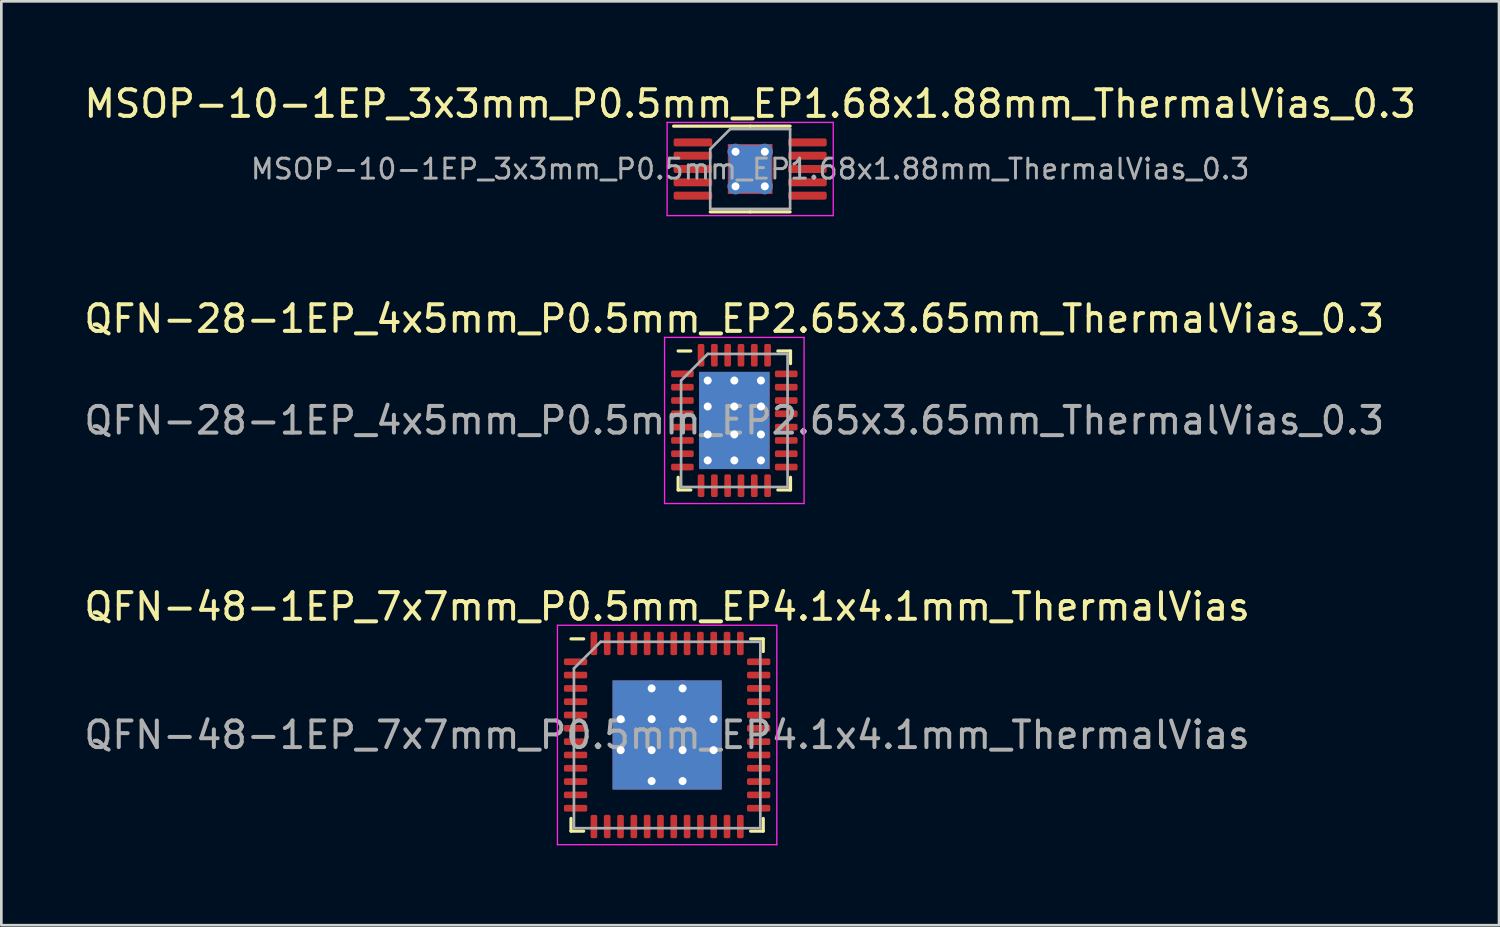
<source format=kicad_pcb>
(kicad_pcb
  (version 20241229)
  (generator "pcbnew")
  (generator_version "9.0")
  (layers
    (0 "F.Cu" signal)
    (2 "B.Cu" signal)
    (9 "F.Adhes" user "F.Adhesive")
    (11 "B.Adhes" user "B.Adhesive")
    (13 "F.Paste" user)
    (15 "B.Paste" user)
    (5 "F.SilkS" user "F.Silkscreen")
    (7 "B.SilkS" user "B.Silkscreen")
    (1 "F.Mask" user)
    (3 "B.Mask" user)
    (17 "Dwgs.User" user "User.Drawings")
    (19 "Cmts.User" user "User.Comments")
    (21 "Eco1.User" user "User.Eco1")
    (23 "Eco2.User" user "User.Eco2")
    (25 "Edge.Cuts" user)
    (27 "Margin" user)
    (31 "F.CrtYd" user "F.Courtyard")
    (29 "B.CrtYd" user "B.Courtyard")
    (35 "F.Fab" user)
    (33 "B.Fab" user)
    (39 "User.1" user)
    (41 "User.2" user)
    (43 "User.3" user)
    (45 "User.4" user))
  (footprint "QFN-48-1EP_7x7mm_P0.5mm_EP4.1x4.1mm_ThermalVias"
    (layer "F.Cu")
    (at 22.006 24.555)
    (property "Reference" "QFN-48-1EP_7x7mm_P0.5mm_EP4.1x4.1mm_ThermalVias" (at 0 -4.82 0) (layer "F.SilkS") (effects (font (size 1 1) (thickness 0.15))))
    (attr smd)
    (fp_line (start -3.61 3.61) (end -3.61 3.135) (stroke (width 0.12) (type solid)) (layer "F.SilkS"))
    (fp_line (start -3.135 -3.61) (end -3.61 -3.61) (stroke (width 0.12) (type solid)) (layer "F.SilkS"))
    (fp_line (start -3.135 3.61) (end -3.61 3.61) (stroke (width 0.12) (type solid)) (layer "F.SilkS"))
    (fp_line (start 3.135 -3.61) (end 3.61 -3.61) (stroke (width 0.12) (type solid)) (layer "F.SilkS"))
    (fp_line (start 3.135 3.61) (end 3.61 3.61) (stroke (width 0.12) (type solid)) (layer "F.SilkS"))
    (fp_line (start 3.61 -3.61) (end 3.61 -3.135) (stroke (width 0.12) (type solid)) (layer "F.SilkS"))
    (fp_line (start 3.61 3.61) (end 3.61 3.135) (stroke (width 0.12) (type solid)) (layer "F.SilkS"))
    (fp_line (start -4.12 -4.12) (end -4.12 4.12) (stroke (width 0.05) (type solid)) (layer "F.CrtYd"))
    (fp_line (start -4.12 4.12) (end 4.12 4.12) (stroke (width 0.05) (type solid)) (layer "F.CrtYd"))
    (fp_line (start 4.12 -4.12) (end -4.12 -4.12) (stroke (width 0.05) (type solid)) (layer "F.CrtYd"))
    (fp_line (start 4.12 4.12) (end 4.12 -4.12) (stroke (width 0.05) (type solid)) (layer "F.CrtYd"))
    (fp_line (start -3.5 -2.5) (end -2.5 -3.5) (stroke (width 0.1) (type solid)) (layer "F.Fab"))
    (fp_line (start -3.5 3.5) (end -3.5 -2.5) (stroke (width 0.1) (type solid)) (layer "F.Fab"))
    (fp_line (start -2.5 -3.5) (end 3.5 -3.5) (stroke (width 0.1) (type solid)) (layer "F.Fab"))
    (fp_line (start 3.5 -3.5) (end 3.5 3.5) (stroke (width 0.1) (type solid)) (layer "F.Fab"))
    (fp_line (start 3.5 3.5) (end -3.5 3.5) (stroke (width 0.1) (type solid)) (layer "F.Fab"))
    (fp_text user "${REFERENCE}" (at 0 0 0) (layer "F.Fab") (effects (font (size 1 1) (thickness 0.15))))
    (pad "" smd roundrect (at -1.163 -1.175) (size 0.997 0.997) (layers "F.Paste") (roundrect_rratio 0.25))
    (pad "" smd roundrect (at -1.163 -0.013) (size 0.997 0.997) (layers "F.Paste") (roundrect_rratio 0.25))
    (pad "" smd roundrect (at -1.163 1.15) (size 0.997 0.997) (layers "F.Paste") (roundrect_rratio 0.25))
    (pad "" smd roundrect (at 0 -1.175) (size 0.997 0.997) (layers "F.Paste") (roundrect_rratio 0.25))
    (pad "" smd roundrect (at 0 -0.013) (size 0.997 0.997) (layers "F.Paste") (roundrect_rratio 0.25))
    (pad "" smd roundrect (at 0 1.15) (size 0.997 0.997) (layers "F.Paste") (roundrect_rratio 0.25))
    (pad "" smd roundrect (at 1.163 -1.175) (size 0.997 0.997) (layers "F.Paste") (roundrect_rratio 0.25))
    (pad "" smd roundrect (at 1.163 -0.013) (size 0.997 0.997) (layers "F.Paste") (roundrect_rratio 0.25))
    (pad "" smd roundrect (at 1.163 1.15) (size 0.997 0.997) (layers "F.Paste") (roundrect_rratio 0.25))
    (pad "1" smd roundrect (at -3.438 -2.75) (size 0.875 0.25) (layers "F.Cu" "F.Mask" "F.Paste") (roundrect_rratio 0.25))
    (pad "2" smd roundrect (at -3.438 -2.25) (size 0.875 0.25) (layers "F.Cu" "F.Mask" "F.Paste") (roundrect_rratio 0.25))
    (pad "3" smd roundrect (at -3.438 -1.75) (size 0.875 0.25) (layers "F.Cu" "F.Mask" "F.Paste") (roundrect_rratio 0.25))
    (pad "4" smd roundrect (at -3.438 -1.25) (size 0.875 0.25) (layers "F.Cu" "F.Mask" "F.Paste") (roundrect_rratio 0.25))
    (pad "5" smd roundrect (at -3.438 -0.75) (size 0.875 0.25) (layers "F.Cu" "F.Mask" "F.Paste") (roundrect_rratio 0.25))
    (pad "6" smd roundrect (at -3.438 -0.25) (size 0.875 0.25) (layers "F.Cu" "F.Mask" "F.Paste") (roundrect_rratio 0.25))
    (pad "7" smd roundrect (at -3.438 0.25) (size 0.875 0.25) (layers "F.Cu" "F.Mask" "F.Paste") (roundrect_rratio 0.25))
    (pad "8" smd roundrect (at -3.438 0.75) (size 0.875 0.25) (layers "F.Cu" "F.Mask" "F.Paste") (roundrect_rratio 0.25))
    (pad "9" smd roundrect (at -3.438 1.25) (size 0.875 0.25) (layers "F.Cu" "F.Mask" "F.Paste") (roundrect_rratio 0.25))
    (pad "10" smd roundrect (at -3.438 1.75) (size 0.875 0.25) (layers "F.Cu" "F.Mask" "F.Paste") (roundrect_rratio 0.25))
    (pad "11" smd roundrect (at -3.438 2.25) (size 0.875 0.25) (layers "F.Cu" "F.Mask" "F.Paste") (roundrect_rratio 0.25))
    (pad "12" smd roundrect (at -3.438 2.75) (size 0.875 0.25) (layers "F.Cu" "F.Mask" "F.Paste") (roundrect_rratio 0.25))
    (pad "13" smd roundrect (at -2.75 3.438) (size 0.25 0.875) (layers "F.Cu" "F.Mask" "F.Paste") (roundrect_rratio 0.25))
    (pad "14" smd roundrect (at -2.25 3.438) (size 0.25 0.875) (layers "F.Cu" "F.Mask" "F.Paste") (roundrect_rratio 0.25))
    (pad "15" smd roundrect (at -1.75 3.438) (size 0.25 0.875) (layers "F.Cu" "F.Mask" "F.Paste") (roundrect_rratio 0.25))
    (pad "16" smd roundrect (at -1.25 3.438) (size 0.25 0.875) (layers "F.Cu" "F.Mask" "F.Paste") (roundrect_rratio 0.25))
    (pad "17" smd roundrect (at -0.75 3.438) (size 0.25 0.875) (layers "F.Cu" "F.Mask" "F.Paste") (roundrect_rratio 0.25))
    (pad "18" smd roundrect (at -0.25 3.438) (size 0.25 0.875) (layers "F.Cu" "F.Mask" "F.Paste") (roundrect_rratio 0.25))
    (pad "19" smd roundrect (at 0.25 3.438) (size 0.25 0.875) (layers "F.Cu" "F.Mask" "F.Paste") (roundrect_rratio 0.25))
    (pad "20" smd roundrect (at 0.75 3.438) (size 0.25 0.875) (layers "F.Cu" "F.Mask" "F.Paste") (roundrect_rratio 0.25))
    (pad "21" smd roundrect (at 1.25 3.438) (size 0.25 0.875) (layers "F.Cu" "F.Mask" "F.Paste") (roundrect_rratio 0.25))
    (pad "22" smd roundrect (at 1.75 3.438) (size 0.25 0.875) (layers "F.Cu" "F.Mask" "F.Paste") (roundrect_rratio 0.25))
    (pad "23" smd roundrect (at 2.25 3.438) (size 0.25 0.875) (layers "F.Cu" "F.Mask" "F.Paste") (roundrect_rratio 0.25))
    (pad "24" smd roundrect (at 2.75 3.438) (size 0.25 0.875) (layers "F.Cu" "F.Mask" "F.Paste") (roundrect_rratio 0.25))
    (pad "25" smd roundrect (at 3.438 2.75) (size 0.875 0.25) (layers "F.Cu" "F.Mask" "F.Paste") (roundrect_rratio 0.25))
    (pad "26" smd roundrect (at 3.438 2.25) (size 0.875 0.25) (layers "F.Cu" "F.Mask" "F.Paste") (roundrect_rratio 0.25))
    (pad "27" smd roundrect (at 3.438 1.75) (size 0.875 0.25) (layers "F.Cu" "F.Mask" "F.Paste") (roundrect_rratio 0.25))
    (pad "28" smd roundrect (at 3.438 1.25) (size 0.875 0.25) (layers "F.Cu" "F.Mask" "F.Paste") (roundrect_rratio 0.25))
    (pad "29" smd roundrect (at 3.438 0.75) (size 0.875 0.25) (layers "F.Cu" "F.Mask" "F.Paste") (roundrect_rratio 0.25))
    (pad "30" smd roundrect (at 3.438 0.25) (size 0.875 0.25) (layers "F.Cu" "F.Mask" "F.Paste") (roundrect_rratio 0.25))
    (pad "31" smd roundrect (at 3.438 -0.25) (size 0.875 0.25) (layers "F.Cu" "F.Mask" "F.Paste") (roundrect_rratio 0.25))
    (pad "32" smd roundrect (at 3.438 -0.75) (size 0.875 0.25) (layers "F.Cu" "F.Mask" "F.Paste") (roundrect_rratio 0.25))
    (pad "33" smd roundrect (at 3.438 -1.25) (size 0.875 0.25) (layers "F.Cu" "F.Mask" "F.Paste") (roundrect_rratio 0.25))
    (pad "34" smd roundrect (at 3.438 -1.75) (size 0.875 0.25) (layers "F.Cu" "F.Mask" "F.Paste") (roundrect_rratio 0.25))
    (pad "35" smd roundrect (at 3.438 -2.25) (size 0.875 0.25) (layers "F.Cu" "F.Mask" "F.Paste") (roundrect_rratio 0.25))
    (pad "36" smd roundrect (at 3.438 -2.75) (size 0.875 0.25) (layers "F.Cu" "F.Mask" "F.Paste") (roundrect_rratio 0.25))
    (pad "37" smd roundrect (at 2.75 -3.438) (size 0.25 0.875) (layers "F.Cu" "F.Mask" "F.Paste") (roundrect_rratio 0.25))
    (pad "38" smd roundrect (at 2.25 -3.438) (size 0.25 0.875) (layers "F.Cu" "F.Mask" "F.Paste") (roundrect_rratio 0.25))
    (pad "39" smd roundrect (at 1.75 -3.438) (size 0.25 0.875) (layers "F.Cu" "F.Mask" "F.Paste") (roundrect_rratio 0.25))
    (pad "40" smd roundrect (at 1.25 -3.438) (size 0.25 0.875) (layers "F.Cu" "F.Mask" "F.Paste") (roundrect_rratio 0.25))
    (pad "41" smd roundrect (at 0.75 -3.438) (size 0.25 0.875) (layers "F.Cu" "F.Mask" "F.Paste") (roundrect_rratio 0.25))
    (pad "42" smd roundrect (at 0.25 -3.438) (size 0.25 0.875) (layers "F.Cu" "F.Mask" "F.Paste") (roundrect_rratio 0.25))
    (pad "43" smd roundrect (at -0.25 -3.438) (size 0.25 0.875) (layers "F.Cu" "F.Mask" "F.Paste") (roundrect_rratio 0.25))
    (pad "44" smd roundrect (at -0.75 -3.438) (size 0.25 0.875) (layers "F.Cu" "F.Mask" "F.Paste") (roundrect_rratio 0.25))
    (pad "45" smd roundrect (at -1.25 -3.438) (size 0.25 0.875) (layers "F.Cu" "F.Mask" "F.Paste") (roundrect_rratio 0.25))
    (pad "46" smd roundrect (at -1.75 -3.438) (size 0.25 0.875) (layers "F.Cu" "F.Mask" "F.Paste") (roundrect_rratio 0.25))
    (pad "47" smd roundrect (at -2.25 -3.438) (size 0.25 0.875) (layers "F.Cu" "F.Mask" "F.Paste") (roundrect_rratio 0.25))
    (pad "48" smd roundrect (at -2.75 -3.438) (size 0.25 0.875) (layers "F.Cu" "F.Mask" "F.Paste") (roundrect_rratio 0.25))
    (pad "49" thru_hole circle (at -1.744 -0.594) (size 0.6 0.6) (drill 0.3) (layers "*.Cu"))
    (pad "49" thru_hole circle (at -1.744 0.569) (size 0.6 0.6) (drill 0.3) (layers "*.Cu"))
    (pad "49" thru_hole circle (at -0.581 -1.75) (size 0.6 0.6) (drill 0.3) (layers "*.Cu"))
    (pad "49" thru_hole circle (at -0.581 -0.594) (size 0.6 0.6) (drill 0.3) (layers "*.Cu"))
    (pad "49" thru_hole circle (at -0.581 0.569) (size 0.6 0.6) (drill 0.3) (layers "*.Cu"))
    (pad "49" thru_hole circle (at -0.581 1.731) (size 0.6 0.6) (drill 0.3) (layers "*.Cu"))
    (pad "49" smd rect (at 0 0) (size 4.1 4.1) (layers "F.Cu" "F.Mask"))
    (pad "49" smd rect (at 0 0) (size 4.1 4.1) (layers "B.Cu"))
    (pad "49" thru_hole circle (at 0.581 -1.75) (size 0.6 0.6) (drill 0.3) (layers "*.Cu"))
    (pad "49" thru_hole circle (at 0.581 -0.594) (size 0.6 0.6) (drill 0.3) (layers "*.Cu"))
    (pad "49" thru_hole circle (at 0.581 0.569) (size 0.6 0.6) (drill 0.3) (layers "*.Cu"))
    (pad "49" thru_hole circle (at 0.581 1.731) (size 0.6 0.6) (drill 0.3) (layers "*.Cu"))
    (pad "49" thru_hole circle (at 1.744 -0.594) (size 0.6 0.6) (drill 0.3) (layers "*.Cu"))
    (pad "49" thru_hole circle (at 1.744 0.569) (size 0.6 0.6) (drill 0.3) (layers "*.Cu")))
  (footprint "MSOP-10-1EP_3x3mm_P0.5mm_EP1.68x1.88mm_ThermalVias_0.3"
    (layer "F.Cu")
    (at 25.125 3.298)
    (property "Reference" "MSOP-10-1EP_3x3mm_P0.5mm_EP1.68x1.88mm_ThermalVias_0.3" (at 0 -2.45 0) (layer "F.SilkS") (effects (font (size 1 1) (thickness 0.15))))
    (attr smd)
    (fp_line (start 0 -1.61) (end -2.875 -1.61) (stroke (width 0.12) (type solid)) (layer "F.SilkS"))
    (fp_line (start 0 -1.61) (end 1.5 -1.61) (stroke (width 0.12) (type solid)) (layer "F.SilkS"))
    (fp_line (start 0 1.61) (end -1.5 1.61) (stroke (width 0.12) (type solid)) (layer "F.SilkS"))
    (fp_line (start 0 1.61) (end 1.5 1.61) (stroke (width 0.12) (type solid)) (layer "F.SilkS"))
    (fp_line (start -3.12 -1.75) (end -3.12 1.75) (stroke (width 0.05) (type solid)) (layer "F.CrtYd"))
    (fp_line (start -3.12 1.75) (end 3.12 1.75) (stroke (width 0.05) (type solid)) (layer "F.CrtYd"))
    (fp_line (start 3.12 -1.75) (end -3.12 -1.75) (stroke (width 0.05) (type solid)) (layer "F.CrtYd"))
    (fp_line (start 3.12 1.75) (end 3.12 -1.75) (stroke (width 0.05) (type solid)) (layer "F.CrtYd"))
    (fp_line (start -1.5 -0.75) (end -0.75 -1.5) (stroke (width 0.1) (type solid)) (layer "F.Fab"))
    (fp_line (start -1.5 1.5) (end -1.5 -0.75) (stroke (width 0.1) (type solid)) (layer "F.Fab"))
    (fp_line (start -0.75 -1.5) (end 1.5 -1.5) (stroke (width 0.1) (type solid)) (layer "F.Fab"))
    (fp_line (start 1.5 -1.5) (end 1.5 1.5) (stroke (width 0.1) (type solid)) (layer "F.Fab"))
    (fp_line (start 1.5 1.5) (end -1.5 1.5) (stroke (width 0.1) (type solid)) (layer "F.Fab"))
    (fp_text user "${REFERENCE}" (at 0 0 0) (layer "F.Fab") (effects (font (size 0.75 0.75) (thickness 0.11))))
    (pad "" smd roundrect (at -0.42 -0.47) (size 0.7 0.79) (layers "F.Paste") (roundrect_rratio 0.25))
    (pad "" smd roundrect (at -0.42 0.47) (size 0.7 0.79) (layers "F.Paste") (roundrect_rratio 0.25))
    (pad "" smd roundrect (at 0.42 -0.47) (size 0.7 0.79) (layers "F.Paste") (roundrect_rratio 0.25))
    (pad "" smd roundrect (at 0.42 0.47) (size 0.7 0.79) (layers "F.Paste") (roundrect_rratio 0.25))
    (pad "1" smd roundrect (at -2.15 -1) (size 1.45 0.3) (layers "F.Cu" "F.Mask" "F.Paste") (roundrect_rratio 0.25))
    (pad "2" smd roundrect (at -2.15 -0.5) (size 1.45 0.3) (layers "F.Cu" "F.Mask" "F.Paste") (roundrect_rratio 0.25))
    (pad "3" smd roundrect (at -2.15 0) (size 1.45 0.3) (layers "F.Cu" "F.Mask" "F.Paste") (roundrect_rratio 0.25))
    (pad "4" smd roundrect (at -2.15 0.5) (size 1.45 0.3) (layers "F.Cu" "F.Mask" "F.Paste") (roundrect_rratio 0.25))
    (pad "5" smd roundrect (at -2.15 1) (size 1.45 0.3) (layers "F.Cu" "F.Mask" "F.Paste") (roundrect_rratio 0.25))
    (pad "6" smd roundrect (at 2.15 1) (size 1.45 0.3) (layers "F.Cu" "F.Mask" "F.Paste") (roundrect_rratio 0.25))
    (pad "7" smd roundrect (at 2.15 0.5) (size 1.45 0.3) (layers "F.Cu" "F.Mask" "F.Paste") (roundrect_rratio 0.25))
    (pad "8" smd roundrect (at 2.15 0) (size 1.45 0.3) (layers "F.Cu" "F.Mask" "F.Paste") (roundrect_rratio 0.25))
    (pad "9" smd roundrect (at 2.15 -0.5) (size 1.45 0.3) (layers "F.Cu" "F.Mask" "F.Paste") (roundrect_rratio 0.25))
    (pad "10" smd roundrect (at 2.15 -1) (size 1.45 0.3) (layers "F.Cu" "F.Mask" "F.Paste") (roundrect_rratio 0.25))
    (pad "11" thru_hole circle (at -0.55 -0.65) (size 0.6 0.6) (drill 0.3) (layers "*.Cu"))
    (pad "11" thru_hole circle (at -0.55 0.65) (size 0.6 0.6) (drill 0.3) (layers "*.Cu"))
    (pad "11" smd rect (at 0 0) (size 1.6 1.8) (layers "B.Cu"))
    (pad "11" smd rect (at 0 0) (size 1.68 1.88) (layers "F.Cu" "F.Mask"))
    (pad "11" thru_hole circle (at 0.55 -0.65) (size 0.6 0.6) (drill 0.3) (layers "*.Cu"))
    (pad "11" thru_hole circle (at 0.55 0.65) (size 0.6 0.6) (drill 0.3) (layers "*.Cu")))
  (footprint "QFN-28-1EP_4x5mm_P0.5mm_EP2.65x3.65mm_ThermalVias_0.3"
    (layer "F.Cu")
    (at 24.53 12.742)
    (property "Reference" "QFN-28-1EP_4x5mm_P0.5mm_EP2.65x3.65mm_ThermalVias_0.3" (at 0 -3.82 0) (layer "F.SilkS") (effects (font (size 1 1) (thickness 0.15))))
    (attr smd)
    (fp_line (start -2.11 2.61) (end -2.11 2.135) (stroke (width 0.12) (type solid)) (layer "F.SilkS"))
    (fp_line (start -1.635 -2.61) (end -2.11 -2.61) (stroke (width 0.12) (type solid)) (layer "F.SilkS"))
    (fp_line (start -1.635 2.61) (end -2.11 2.61) (stroke (width 0.12) (type solid)) (layer "F.SilkS"))
    (fp_line (start 1.635 -2.61) (end 2.11 -2.61) (stroke (width 0.12) (type solid)) (layer "F.SilkS"))
    (fp_line (start 1.635 2.61) (end 2.11 2.61) (stroke (width 0.12) (type solid)) (layer "F.SilkS"))
    (fp_line (start 2.11 -2.61) (end 2.11 -2.135) (stroke (width 0.12) (type solid)) (layer "F.SilkS"))
    (fp_line (start 2.11 2.61) (end 2.11 2.135) (stroke (width 0.12) (type solid)) (layer "F.SilkS"))
    (fp_line (start -2.62 -3.12) (end -2.62 3.12) (stroke (width 0.05) (type solid)) (layer "F.CrtYd"))
    (fp_line (start -2.62 3.12) (end 2.62 3.12) (stroke (width 0.05) (type solid)) (layer "F.CrtYd"))
    (fp_line (start 2.62 -3.12) (end -2.62 -3.12) (stroke (width 0.05) (type solid)) (layer "F.CrtYd"))
    (fp_line (start 2.62 3.12) (end 2.62 -3.12) (stroke (width 0.05) (type solid)) (layer "F.CrtYd"))
    (fp_line (start -2 -1.5) (end -1 -2.5) (stroke (width 0.1) (type solid)) (layer "F.Fab"))
    (fp_line (start -2 2.5) (end -2 -1.5) (stroke (width 0.1) (type solid)) (layer "F.Fab"))
    (fp_line (start -1 -2.5) (end 2 -2.5) (stroke (width 0.1) (type solid)) (layer "F.Fab"))
    (fp_line (start 2 -2.5) (end 2 2.5) (stroke (width 0.1) (type solid)) (layer "F.Fab"))
    (fp_line (start 2 2.5) (end -2 2.5) (stroke (width 0.1) (type solid)) (layer "F.Fab"))
    (fp_text user "${REFERENCE}" (at 0 0 0) (layer "F.Fab") (effects (font (size 1 1) (thickness 0.15))))
    (pad "" smd roundrect (at -0.55 -1.05) (size 0.9 0.9) (layers "F.Paste") (roundrect_rratio 0.25))
    (pad "" smd roundrect (at -0.55 0) (size 0.9 0.9) (layers "F.Paste") (roundrect_rratio 0.25))
    (pad "" smd roundrect (at -0.55 1.05) (size 0.9 0.9) (layers "F.Paste") (roundrect_rratio 0.25))
    (pad "" smd roundrect (at 0.55 -1.05) (size 0.9 0.9) (layers "F.Paste") (roundrect_rratio 0.25))
    (pad "" smd roundrect (at 0.55 0) (size 0.9 0.9) (layers "F.Paste") (roundrect_rratio 0.25))
    (pad "" smd roundrect (at 0.55 1.05) (size 0.9 0.9) (layers "F.Paste") (roundrect_rratio 0.25))
    (pad "1" smd roundrect (at -1.95 -1.75) (size 0.85 0.25) (layers "F.Cu" "F.Mask" "F.Paste") (roundrect_rratio 0.25))
    (pad "2" smd roundrect (at -1.95 -1.25) (size 0.85 0.25) (layers "F.Cu" "F.Mask" "F.Paste") (roundrect_rratio 0.25))
    (pad "3" smd roundrect (at -1.95 -0.75) (size 0.85 0.25) (layers "F.Cu" "F.Mask" "F.Paste") (roundrect_rratio 0.25))
    (pad "4" smd roundrect (at -1.95 -0.25) (size 0.85 0.25) (layers "F.Cu" "F.Mask" "F.Paste") (roundrect_rratio 0.25))
    (pad "5" smd roundrect (at -1.95 0.25) (size 0.85 0.25) (layers "F.Cu" "F.Mask" "F.Paste") (roundrect_rratio 0.25))
    (pad "6" smd roundrect (at -1.95 0.75) (size 0.85 0.25) (layers "F.Cu" "F.Mask" "F.Paste") (roundrect_rratio 0.25))
    (pad "7" smd roundrect (at -1.95 1.25) (size 0.85 0.25) (layers "F.Cu" "F.Mask" "F.Paste") (roundrect_rratio 0.25))
    (pad "8" smd roundrect (at -1.95 1.75) (size 0.85 0.25) (layers "F.Cu" "F.Mask" "F.Paste") (roundrect_rratio 0.25))
    (pad "9" smd roundrect (at -1.25 2.45) (size 0.25 0.85) (layers "F.Cu" "F.Mask" "F.Paste") (roundrect_rratio 0.25))
    (pad "10" smd roundrect (at -0.75 2.45) (size 0.25 0.85) (layers "F.Cu" "F.Mask" "F.Paste") (roundrect_rratio 0.25))
    (pad "11" smd roundrect (at -0.25 2.45) (size 0.25 0.85) (layers "F.Cu" "F.Mask" "F.Paste") (roundrect_rratio 0.25))
    (pad "12" smd roundrect (at 0.25 2.45) (size 0.25 0.85) (layers "F.Cu" "F.Mask" "F.Paste") (roundrect_rratio 0.25))
    (pad "13" smd roundrect (at 0.75 2.45) (size 0.25 0.85) (layers "F.Cu" "F.Mask" "F.Paste") (roundrect_rratio 0.25))
    (pad "14" smd roundrect (at 1.25 2.45) (size 0.25 0.85) (layers "F.Cu" "F.Mask" "F.Paste") (roundrect_rratio 0.25))
    (pad "15" smd roundrect (at 1.95 1.75) (size 0.85 0.25) (layers "F.Cu" "F.Mask" "F.Paste") (roundrect_rratio 0.25))
    (pad "16" smd roundrect (at 1.95 1.25) (size 0.85 0.25) (layers "F.Cu" "F.Mask" "F.Paste") (roundrect_rratio 0.25))
    (pad "17" smd roundrect (at 1.95 0.75) (size 0.85 0.25) (layers "F.Cu" "F.Mask" "F.Paste") (roundrect_rratio 0.25))
    (pad "18" smd roundrect (at 1.95 0.25) (size 0.85 0.25) (layers "F.Cu" "F.Mask" "F.Paste") (roundrect_rratio 0.25))
    (pad "19" smd roundrect (at 1.95 -0.25) (size 0.85 0.25) (layers "F.Cu" "F.Mask" "F.Paste") (roundrect_rratio 0.25))
    (pad "20" smd roundrect (at 1.95 -0.75) (size 0.85 0.25) (layers "F.Cu" "F.Mask" "F.Paste") (roundrect_rratio 0.25))
    (pad "21" smd roundrect (at 1.95 -1.25) (size 0.85 0.25) (layers "F.Cu" "F.Mask" "F.Paste") (roundrect_rratio 0.25))
    (pad "22" smd roundrect (at 1.95 -1.75) (size 0.85 0.25) (layers "F.Cu" "F.Mask" "F.Paste") (roundrect_rratio 0.25))
    (pad "23" smd roundrect (at 1.25 -2.45) (size 0.25 0.85) (layers "F.Cu" "F.Mask" "F.Paste") (roundrect_rratio 0.25))
    (pad "24" smd roundrect (at 0.75 -2.45) (size 0.25 0.85) (layers "F.Cu" "F.Mask" "F.Paste") (roundrect_rratio 0.25))
    (pad "25" smd roundrect (at 0.25 -2.45) (size 0.25 0.85) (layers "F.Cu" "F.Mask" "F.Paste") (roundrect_rratio 0.25))
    (pad "26" smd roundrect (at -0.25 -2.45) (size 0.25 0.85) (layers "F.Cu" "F.Mask" "F.Paste") (roundrect_rratio 0.25))
    (pad "27" smd roundrect (at -0.75 -2.45) (size 0.25 0.85) (layers "F.Cu" "F.Mask" "F.Paste") (roundrect_rratio 0.25))
    (pad "28" smd roundrect (at -1.25 -2.45) (size 0.25 0.85) (layers "F.Cu" "F.Mask" "F.Paste") (roundrect_rratio 0.25))
    (pad "29" thru_hole circle (at -1 -1.5) (size 0.6 0.6) (drill 0.3) (layers "*.Cu"))
    (pad "29" thru_hole circle (at -1 -0.525) (size 0.6 0.6) (drill 0.3) (layers "*.Cu"))
    (pad "29" thru_hole circle (at -1 0.525) (size 0.6 0.6) (drill 0.3) (layers "*.Cu"))
    (pad "29" thru_hole circle (at -1 1.5) (size 0.6 0.6) (drill 0.3) (layers "*.Cu"))
    (pad "29" thru_hole circle (at 0 -1.5) (size 0.6 0.6) (drill 0.3) (layers "*.Cu"))
    (pad "29" thru_hole circle (at 0 -0.525) (size 0.6 0.6) (drill 0.3) (layers "*.Cu"))
    (pad "29" smd rect (at 0 0) (size 2.65 3.65) (layers "F.Cu" "F.Mask"))
    (pad "29" smd rect (at 0 0) (size 2.65 3.65) (layers "B.Cu"))
    (pad "29" thru_hole circle (at 0 0.525) (size 0.6 0.6) (drill 0.3) (layers "*.Cu"))
    (pad "29" thru_hole circle (at 0 1.5) (size 0.6 0.6) (drill 0.3) (layers "*.Cu"))
    (pad "29" thru_hole circle (at 1 -1.5) (size 0.6 0.6) (drill 0.3) (layers "*.Cu"))
    (pad "29" thru_hole circle (at 1 -0.525) (size 0.6 0.6) (drill 0.3) (layers "*.Cu"))
    (pad "29" thru_hole circle (at 1 0.525) (size 0.6 0.6) (drill 0.3) (layers "*.Cu"))
    (pad "29" thru_hole circle (at 1 1.5) (size 0.6 0.6) (drill 0.3) (layers "*.Cu")))
  (gr_rect
    (start -3 -3)
    (end 53.25 31.7)
    (stroke (width 0.1) (type default))
    (fill no)
    (layer "Edge.Cuts")))
</source>
